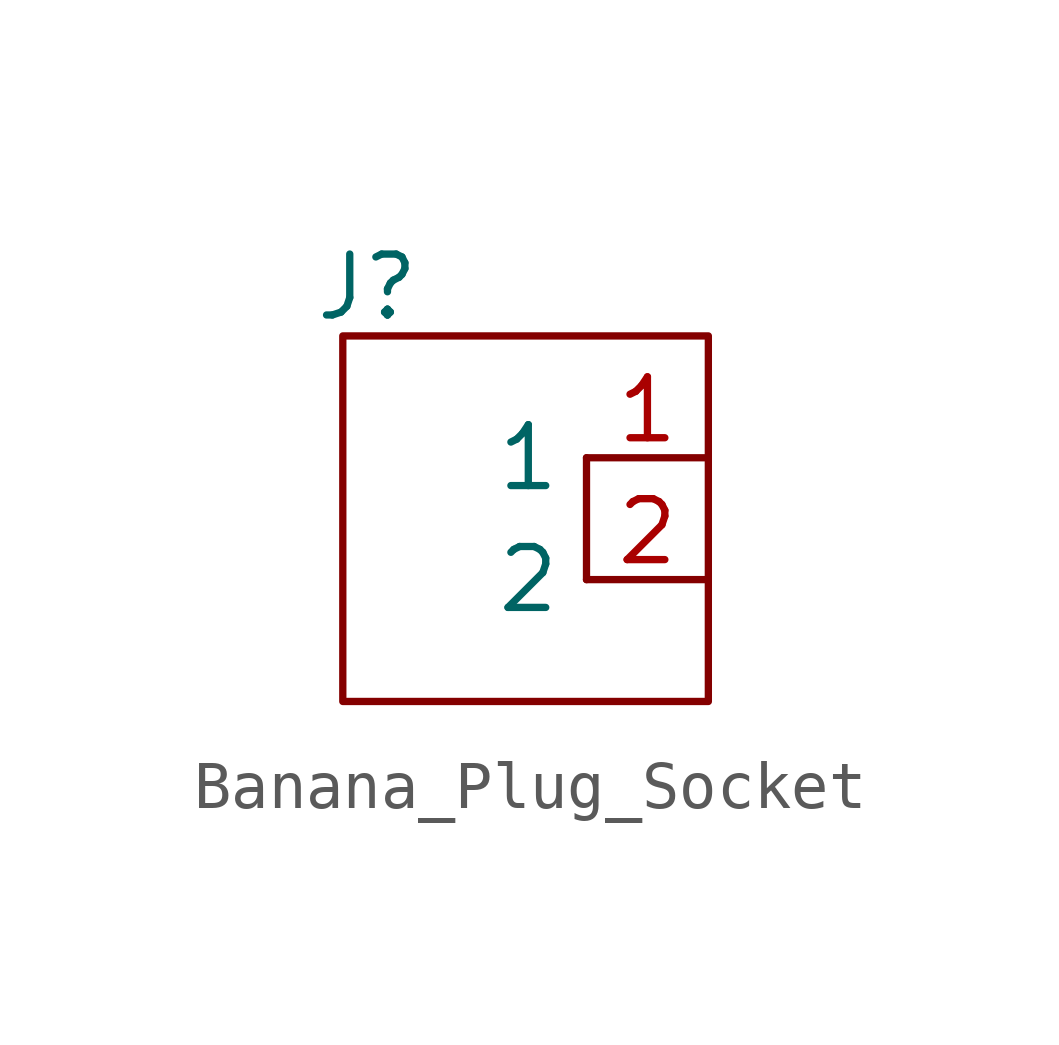
<source format=kicad_sym>
(kicad_symbol_lib
  (version 20231120)
  (generator "kicad_symbol_editor")
  (generator_version "8.0")
  (symbol "Banana_Plug_Socket"
    (property "Reference" "J"
      (at 0.508 1.016 0)
      (effects (font (size 1.27 1.27))))
    (property "Value" ""
      (at 0 0 0)
      (effects (font (size 1.27 1.27))))
    (symbol "Banana_Plug_Socket_0_1"
      (polyline (pts (xy 5.08 -2.54) (xy 5.08 -5.08)) (stroke (width 0) (type default)) (fill (type none)))
      (rectangle (start 0 0) (end 7.62 -7.62) (stroke (width 0) (type default)) (fill (type none))))
    (symbol "Banana_Plug_Socket_1_1"
      (pin passive line (at 7.62 -2.54 180) (length 2.54) (name "1" (effects (font (size 1.27 1.27)))) (number "1" (effects (font (size 1.27 1.27)))))
      (pin passive line (at 7.62 -5.08 180) (length 2.54) (name "2" (effects (font (size 1.27 1.27)))) (number "2" (effects (font (size 1.27 1.27))))))))
</source>
